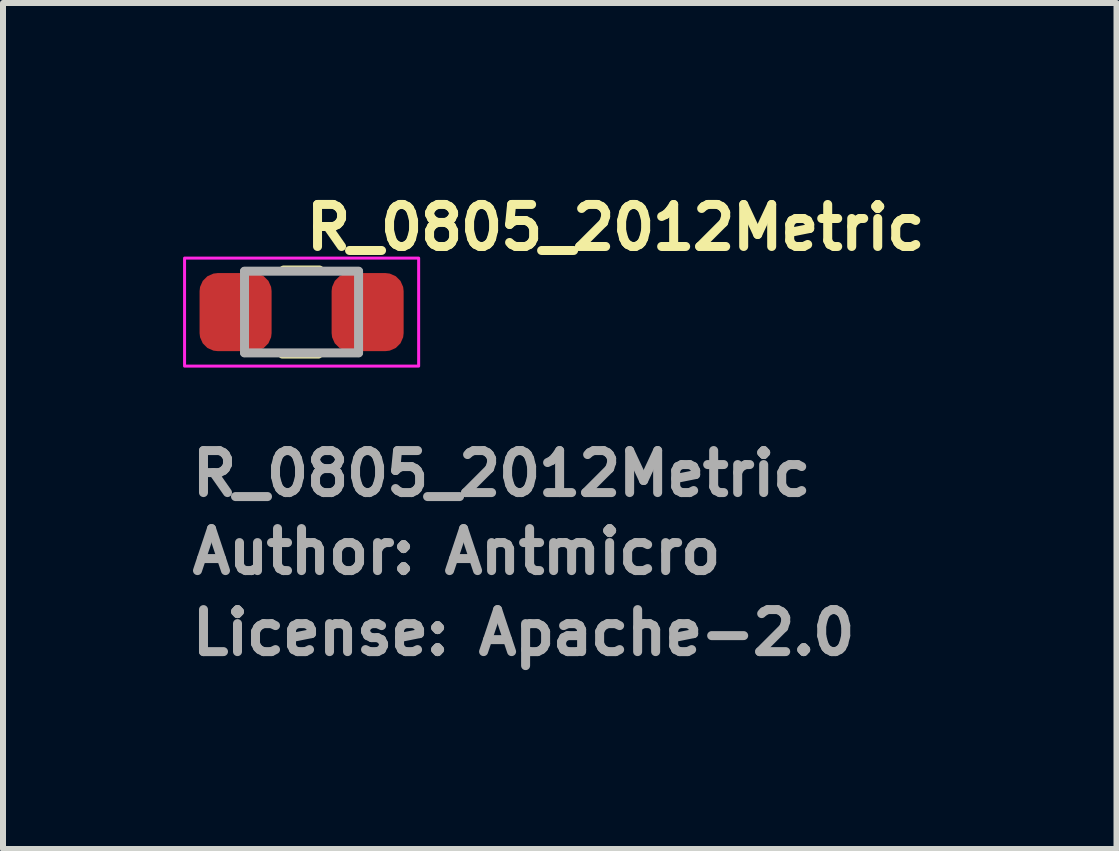
<source format=kicad_pcb>
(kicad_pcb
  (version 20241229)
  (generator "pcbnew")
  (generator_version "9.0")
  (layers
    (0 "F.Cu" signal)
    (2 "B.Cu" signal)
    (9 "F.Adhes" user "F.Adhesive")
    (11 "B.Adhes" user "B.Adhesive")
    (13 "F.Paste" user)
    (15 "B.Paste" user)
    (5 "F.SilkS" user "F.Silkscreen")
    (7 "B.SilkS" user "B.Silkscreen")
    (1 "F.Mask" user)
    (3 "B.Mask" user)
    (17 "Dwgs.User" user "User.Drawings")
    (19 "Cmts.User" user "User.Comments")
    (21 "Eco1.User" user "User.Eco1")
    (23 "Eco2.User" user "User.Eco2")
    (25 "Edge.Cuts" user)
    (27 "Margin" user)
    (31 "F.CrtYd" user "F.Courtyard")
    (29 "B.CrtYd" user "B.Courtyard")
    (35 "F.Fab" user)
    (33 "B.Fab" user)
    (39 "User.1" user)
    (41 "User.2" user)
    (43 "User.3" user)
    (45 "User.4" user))
  (footprint "R_0805_2012Metric"
    (layer "F.Cu")
    (at 1.975 2.15)
    (property "Reference" "R_0805_2012Metric" (at 0 -1 0) (layer "F.SilkS") (effects (font (size 0.7 0.7) (thickness 0.15)) (justify left bottom)))
    (attr smd)
    (fp_line (start -0.32 0.699) (end 0.28 0.699) (stroke (width 0.15) (type solid)) (layer "F.SilkS"))
    (fp_line (start -0.3 -0.701) (end 0.298 -0.701) (stroke (width 0.15) (type solid)) (layer "F.SilkS"))
    (fp_rect (start 1.95 -0.9) (end -1.95 0.9) (stroke (width 0.05) (type default)) (fill no) (layer "F.CrtYd"))
    (fp_line (start -0.951 -0.682) (end 0.949 -0.682) (stroke (width 0.15) (type solid)) (layer "F.Fab"))
    (fp_line (start -0.951 -0.677) (end -0.951 0.675) (stroke (width 0.15) (type solid)) (layer "F.Fab"))
    (fp_line (start -0.951 0.68) (end 0.949 0.68) (stroke (width 0.15) (type solid)) (layer "F.Fab"))
    (fp_line (start 0.949 -0.677) (end 0.949 0.675) (stroke (width 0.15) (type solid)) (layer "F.Fab"))
    (fp_rect (start -1 -0.657) (end 0.998 0.655) (stroke (width 0.1) (type solid)) (fill no) (layer "User.5"))
    (fp_line (start -1 -0.657) (end -1 0.655) (stroke (width 0.02) (type solid)) (layer "User.9"))
    (fp_line (start -0.5 -0.657) (end -1 -0.657) (stroke (width 0.02) (type solid)) (layer "User.9"))
    (fp_line (start -0.5 -0.657) (end -0.5 0.655) (stroke (width 0.02) (type solid)) (layer "User.9"))
    (fp_line (start -0.5 -0.625) (end 0.498 -0.625) (stroke (width 0.02) (type solid)) (layer "User.9"))
    (fp_line (start -0.5 0.655) (end -1 0.655) (stroke (width 0.02) (type solid)) (layer "User.9"))
    (fp_line (start 0.498 -0.657) (end 0.498 0.655) (stroke (width 0.02) (type solid)) (layer "User.9"))
    (fp_line (start 0.498 0.623) (end -0.5 0.623) (stroke (width 0.02) (type solid)) (layer "User.9"))
    (fp_line (start 0.998 -0.657) (end 0.498 -0.657) (stroke (width 0.02) (type solid)) (layer "User.9"))
    (fp_line (start 0.998 -0.657) (end 0.998 0.655) (stroke (width 0.02) (type solid)) (layer "User.9"))
    (fp_line (start 0.998 0.655) (end 0.498 0.655) (stroke (width 0.02) (type solid)) (layer "User.9"))
    (fp_text user "Author: Antmicro" (at -1.9 4.4 0) (layer "F.Fab") (effects (font (size 0.7 0.7) (thickness 0.15)) (justify left bottom)))
    (fp_text user "${REFERENCE}" (at -1.9 3.1 0) (layer "F.Fab") (effects (font (size 0.7 0.7) (thickness 0.15)) (justify left bottom)))
    (fp_text user "License: Apache-2.0" (at -1.9 5.75 0) (layer "F.Fab") (effects (font (size 0.7 0.7) (thickness 0.15)) (justify left bottom)))
    (pad "1" smd roundrect (at -1.1 0) (size 1.2 1.3) (layers "F.Cu" "F.Mask" "F.Paste") (roundrect_rratio 0.25))
    (pad "2" smd roundrect (at 1.1 0) (size 1.2 1.3) (layers "F.Cu" "F.Mask" "F.Paste") (roundrect_rratio 0.25)))
  (gr_rect
    (start -3 -3)
    (end 15.552 11.095)
    (stroke (width 0.1) (type default))
    (fill no)
    (layer "Edge.Cuts")))
</source>
